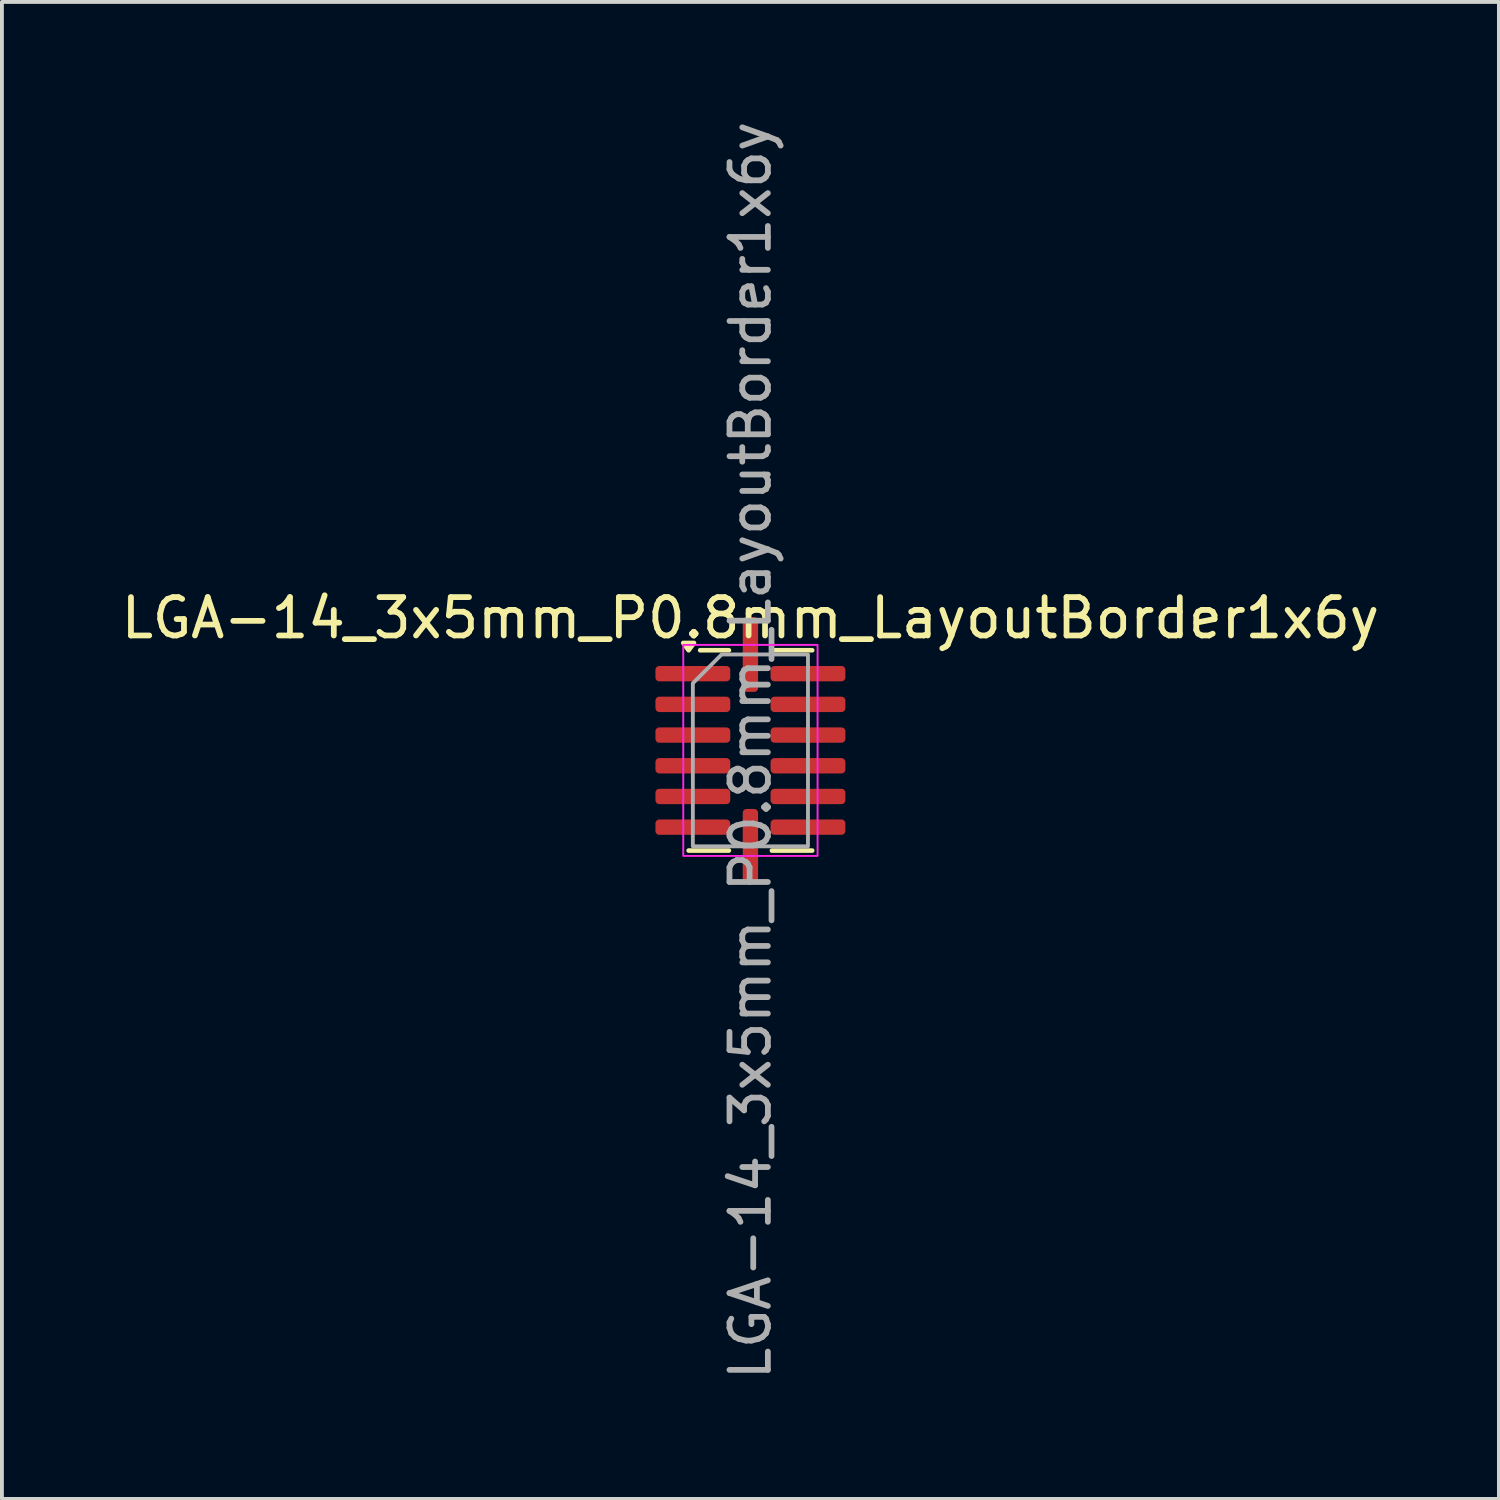
<source format=kicad_pcb>
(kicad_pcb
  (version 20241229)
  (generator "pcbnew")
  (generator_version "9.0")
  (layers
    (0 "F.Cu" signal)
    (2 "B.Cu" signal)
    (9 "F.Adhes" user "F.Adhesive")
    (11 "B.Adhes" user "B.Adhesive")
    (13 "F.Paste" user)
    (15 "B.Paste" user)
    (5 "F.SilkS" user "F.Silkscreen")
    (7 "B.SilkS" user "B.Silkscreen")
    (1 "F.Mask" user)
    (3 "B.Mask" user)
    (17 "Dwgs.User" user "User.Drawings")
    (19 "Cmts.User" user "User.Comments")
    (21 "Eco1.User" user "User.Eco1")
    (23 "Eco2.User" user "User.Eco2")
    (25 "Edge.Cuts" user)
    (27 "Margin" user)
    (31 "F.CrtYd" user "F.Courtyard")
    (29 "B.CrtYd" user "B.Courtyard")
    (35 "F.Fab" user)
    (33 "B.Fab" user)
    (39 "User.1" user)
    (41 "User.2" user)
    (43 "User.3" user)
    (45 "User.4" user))
  (footprint "LGA-14_3x5mm_P0.8mm_LayoutBorder1x6y"
    (layer "F.Cu")
    (at 16.506 16.506)
    (property "Reference" "LGA-14_3x5mm_P0.8mm_LayoutBorder1x6y" (at 0 -3.45 0) (layer "F.SilkS") (effects (font (size 1 1) (thickness 0.15))))
    (attr smd)
    (fp_line (start -0.56 -2.61) (end -1.31 -2.61) (stroke (width 0.12) (type solid)) (layer "F.SilkS"))
    (fp_line (start -0.56 2.61) (end -1.61 2.61) (stroke (width 0.12) (type solid)) (layer "F.SilkS"))
    (fp_line (start 0.56 -2.61) (end 1.61 -2.61) (stroke (width 0.12) (type solid)) (layer "F.SilkS"))
    (fp_line (start 0.56 2.61) (end 1.61 2.61) (stroke (width 0.12) (type solid)) (layer "F.SilkS"))
    (fp_poly (pts (xy -1.61 -2.61) (xy -1.75 -2.8) (xy -1.47 -2.8)) (stroke (width 0.12) (type solid)) (fill yes) (layer "F.SilkS"))
    (fp_rect (start -1.75 -2.75) (end 1.75 2.75) (stroke (width 0.05) (type solid)) (fill no) (layer "F.CrtYd"))
    (fp_poly (pts (xy -1.5 -1.75) (xy -1.5 2.5) (xy 1.5 2.5) (xy 1.5 -2.5) (xy -0.75 -2.5)) (stroke (width 0.1) (type solid)) (fill no) (layer "F.Fab"))
    (fp_text user "${REFERENCE}" (at 0 0 90) (layer "F.Fab") (effects (font (size 1 1) (thickness 0.15))))
    (pad "1" smd roundrect (at -1.5 -2) (size 1.95 0.4) (layers "F.Cu" "F.Mask" "F.Paste") (roundrect_rratio 0.25))
    (pad "2" smd roundrect (at -1.5 -1.2) (size 1.95 0.4) (layers "F.Cu" "F.Mask" "F.Paste") (roundrect_rratio 0.25))
    (pad "3" smd roundrect (at -1.5 -0.4) (size 1.95 0.4) (layers "F.Cu" "F.Mask" "F.Paste") (roundrect_rratio 0.25))
    (pad "4" smd roundrect (at -1.5 0.4) (size 1.95 0.4) (layers "F.Cu" "F.Mask" "F.Paste") (roundrect_rratio 0.25))
    (pad "5" smd roundrect (at -1.5 1.2) (size 1.95 0.4) (layers "F.Cu" "F.Mask" "F.Paste") (roundrect_rratio 0.25))
    (pad "6" smd roundrect (at -1.5 2) (size 1.95 0.4) (layers "F.Cu" "F.Mask" "F.Paste") (roundrect_rratio 0.25))
    (pad "7" smd roundrect (at 0 2.5) (size 0.4 1.95) (layers "F.Cu" "F.Mask" "F.Paste") (roundrect_rratio 0.25))
    (pad "8" smd roundrect (at 1.5 2) (size 1.95 0.4) (layers "F.Cu" "F.Mask" "F.Paste") (roundrect_rratio 0.25))
    (pad "9" smd roundrect (at 1.5 1.2) (size 1.95 0.4) (layers "F.Cu" "F.Mask" "F.Paste") (roundrect_rratio 0.25))
    (pad "10" smd roundrect (at 1.5 0.4) (size 1.95 0.4) (layers "F.Cu" "F.Mask" "F.Paste") (roundrect_rratio 0.25))
    (pad "11" smd roundrect (at 1.5 -0.4) (size 1.95 0.4) (layers "F.Cu" "F.Mask" "F.Paste") (roundrect_rratio 0.25))
    (pad "12" smd roundrect (at 1.5 -1.2) (size 1.95 0.4) (layers "F.Cu" "F.Mask" "F.Paste") (roundrect_rratio 0.25))
    (pad "13" smd roundrect (at 1.5 -2) (size 1.95 0.4) (layers "F.Cu" "F.Mask" "F.Paste") (roundrect_rratio 0.25))
    (pad "14" smd roundrect (at 0 -2.5) (size 0.4 1.95) (layers "F.Cu" "F.Mask" "F.Paste") (roundrect_rratio 0.25)))
  (gr_rect
    (start -3 -3)
    (end 36.012 36.012)
    (stroke (width 0.1) (type default))
    (fill no)
    (layer "Edge.Cuts")))
</source>
